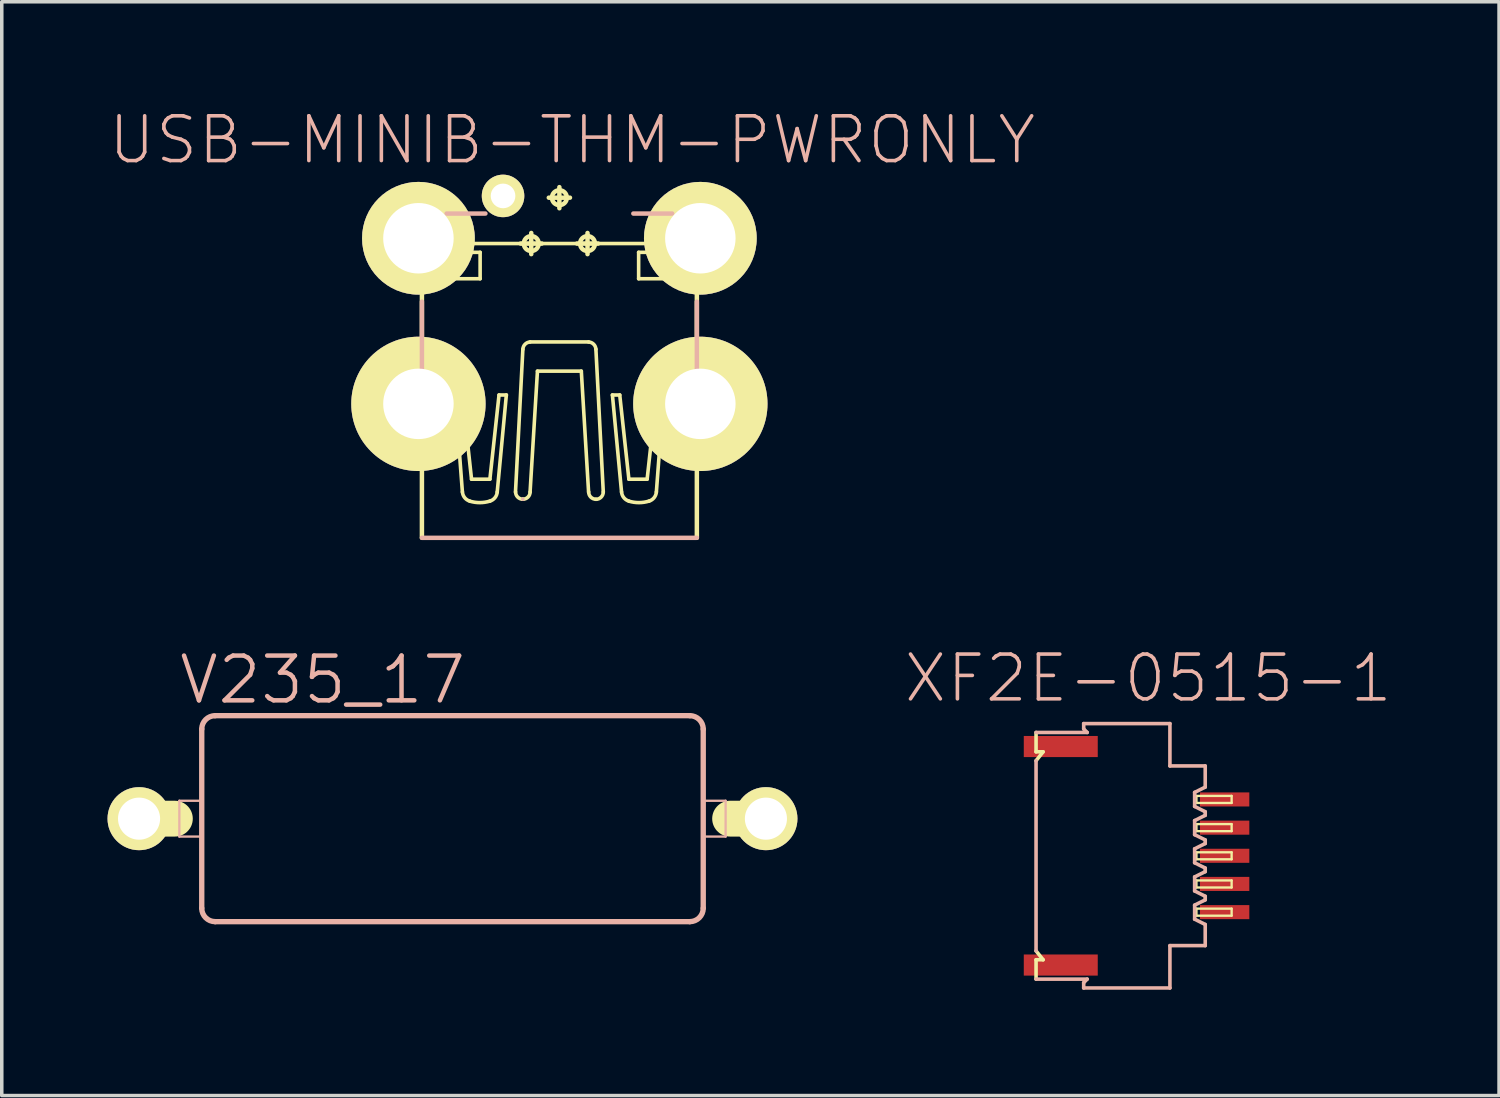
<source format=kicad_pcb>
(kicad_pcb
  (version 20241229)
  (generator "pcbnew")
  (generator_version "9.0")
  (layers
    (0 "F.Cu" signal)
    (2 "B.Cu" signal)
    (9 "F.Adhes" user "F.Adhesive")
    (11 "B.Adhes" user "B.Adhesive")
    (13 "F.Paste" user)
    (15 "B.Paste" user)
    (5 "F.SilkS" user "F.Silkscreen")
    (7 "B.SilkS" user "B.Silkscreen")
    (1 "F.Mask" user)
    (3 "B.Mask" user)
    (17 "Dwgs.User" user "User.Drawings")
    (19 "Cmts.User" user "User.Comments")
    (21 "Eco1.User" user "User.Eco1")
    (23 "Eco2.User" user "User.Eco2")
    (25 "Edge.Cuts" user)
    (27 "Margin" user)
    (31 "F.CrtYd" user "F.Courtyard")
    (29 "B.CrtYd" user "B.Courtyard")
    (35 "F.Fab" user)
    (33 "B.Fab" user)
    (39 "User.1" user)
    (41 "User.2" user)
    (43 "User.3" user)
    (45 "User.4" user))
  (footprint "XF2E-0515-1"
    (layer "F.Cu")
    (at 29.145 21.223)
    (property "Reference" "XF2E-0515-1" (at 0.373 -5.034 0) (layer "B.SilkS") (effects (font (size 1.27 1.27) (thickness 0.102))))
    (attr smd)
    (fp_line (start -2.809 -3.498) (end -2.809 -2.949) (stroke (width 0.102) (type solid)) (layer "F.SilkS"))
    (fp_line (start -2.809 -2.949) (end -2.609 -2.949) (stroke (width 0.102) (type solid)) (layer "F.SilkS"))
    (fp_line (start -2.809 2.697) (end -2.609 2.949) (stroke (width 0.102) (type solid)) (layer "F.SilkS"))
    (fp_line (start -2.809 2.949) (end -2.809 3.498) (stroke (width 0.102) (type solid)) (layer "F.SilkS"))
    (fp_line (start -2.809 2.949) (end -2.609 2.949) (stroke (width 0.102) (type solid)) (layer "F.SilkS"))
    (fp_line (start -2.609 -2.949) (end -2.809 -2.697) (stroke (width 0.102) (type solid)) (layer "F.SilkS"))
    (fp_line (start 1.74 -1.699) (end 2.738 -1.699) (stroke (width 0.066) (type solid)) (layer "F.SilkS"))
    (fp_line (start 1.74 -1.499) (end 1.74 -1.699) (stroke (width 0.066) (type solid)) (layer "F.SilkS"))
    (fp_line (start 1.74 -1.499) (end 2.738 -1.499) (stroke (width 0.066) (type solid)) (layer "F.SilkS"))
    (fp_line (start 1.74 -0.899) (end 2.738 -0.899) (stroke (width 0.066) (type solid)) (layer "F.SilkS"))
    (fp_line (start 1.74 -0.699) (end 1.74 -0.899) (stroke (width 0.066) (type solid)) (layer "F.SilkS"))
    (fp_line (start 1.74 -0.699) (end 2.738 -0.699) (stroke (width 0.066) (type solid)) (layer "F.SilkS"))
    (fp_line (start 1.74 -0.099) (end 2.738 -0.099) (stroke (width 0.066) (type solid)) (layer "F.SilkS"))
    (fp_line (start 1.74 0.099) (end 1.74 -0.099) (stroke (width 0.066) (type solid)) (layer "F.SilkS"))
    (fp_line (start 1.74 0.099) (end 2.738 0.099) (stroke (width 0.066) (type solid)) (layer "F.SilkS"))
    (fp_line (start 1.74 0.699) (end 2.738 0.699) (stroke (width 0.066) (type solid)) (layer "F.SilkS"))
    (fp_line (start 1.74 0.899) (end 1.74 0.699) (stroke (width 0.066) (type solid)) (layer "F.SilkS"))
    (fp_line (start 1.74 0.899) (end 2.738 0.899) (stroke (width 0.066) (type solid)) (layer "F.SilkS"))
    (fp_line (start 1.74 1.499) (end 2.738 1.499) (stroke (width 0.066) (type solid)) (layer "F.SilkS"))
    (fp_line (start 1.74 1.699) (end 1.74 1.499) (stroke (width 0.066) (type solid)) (layer "F.SilkS"))
    (fp_line (start 1.74 1.699) (end 2.738 1.699) (stroke (width 0.066) (type solid)) (layer "F.SilkS"))
    (fp_line (start 2.738 -1.499) (end 2.738 -1.699) (stroke (width 0.066) (type solid)) (layer "F.SilkS"))
    (fp_line (start 2.738 -0.699) (end 2.738 -0.899) (stroke (width 0.066) (type solid)) (layer "F.SilkS"))
    (fp_line (start 2.738 0.099) (end 2.738 -0.099) (stroke (width 0.066) (type solid)) (layer "F.SilkS"))
    (fp_line (start 2.738 0.899) (end 2.738 0.699) (stroke (width 0.066) (type solid)) (layer "F.SilkS"))
    (fp_line (start 2.738 1.699) (end 2.738 1.499) (stroke (width 0.066) (type solid)) (layer "F.SilkS"))
    (fp_line (start -2.809 -2.697) (end -2.809 2.697) (stroke (width 0.102) (type solid)) (layer "B.SilkS"))
    (fp_line (start -1.458 -3.749) (end -1.458 -3.599) (stroke (width 0.102) (type solid)) (layer "B.SilkS"))
    (fp_line (start -1.458 -3.599) (end -1.359 -3.498) (stroke (width 0.102) (type solid)) (layer "B.SilkS"))
    (fp_line (start -1.458 3.599) (end -1.458 3.749) (stroke (width 0.102) (type solid)) (layer "B.SilkS"))
    (fp_line (start -1.359 -3.498) (end -2.809 -3.498) (stroke (width 0.102) (type solid)) (layer "B.SilkS"))
    (fp_line (start -1.359 3.498) (end -2.809 3.498) (stroke (width 0.102) (type solid)) (layer "B.SilkS"))
    (fp_line (start -1.359 3.498) (end -1.458 3.599) (stroke (width 0.102) (type solid)) (layer "B.SilkS"))
    (fp_line (start 0.988 -3.749) (end -1.458 -3.749) (stroke (width 0.102) (type solid)) (layer "B.SilkS"))
    (fp_line (start 0.988 -2.548) (end 0.988 -3.749) (stroke (width 0.102) (type solid)) (layer "B.SilkS"))
    (fp_line (start 0.988 2.548) (end 1.989 2.548) (stroke (width 0.102) (type solid)) (layer "B.SilkS"))
    (fp_line (start 0.988 3.749) (end -1.458 3.749) (stroke (width 0.102) (type solid)) (layer "B.SilkS"))
    (fp_line (start 0.988 3.749) (end 0.988 2.548) (stroke (width 0.102) (type solid)) (layer "B.SilkS"))
    (fp_line (start 1.689 -1.798) (end 1.989 -1.948) (stroke (width 0.102) (type solid)) (layer "B.SilkS"))
    (fp_line (start 1.689 -1.4) (end 1.689 -1.798) (stroke (width 0.102) (type solid)) (layer "B.SilkS"))
    (fp_line (start 1.689 -0.998) (end 1.689 -0.599) (stroke (width 0.102) (type solid)) (layer "B.SilkS"))
    (fp_line (start 1.689 -0.599) (end 1.989 -0.45) (stroke (width 0.102) (type solid)) (layer "B.SilkS"))
    (fp_line (start 1.689 0.198) (end 1.689 -0.198) (stroke (width 0.102) (type solid)) (layer "B.SilkS"))
    (fp_line (start 1.689 0.599) (end 1.689 0.998) (stroke (width 0.102) (type solid)) (layer "B.SilkS"))
    (fp_line (start 1.689 0.998) (end 1.989 1.148) (stroke (width 0.102) (type solid)) (layer "B.SilkS"))
    (fp_line (start 1.689 1.798) (end 1.689 1.4) (stroke (width 0.102) (type solid)) (layer "B.SilkS"))
    (fp_line (start 1.689 1.798) (end 1.989 1.948) (stroke (width 0.102) (type solid)) (layer "B.SilkS"))
    (fp_line (start 1.989 -2.548) (end 0.988 -2.548) (stroke (width 0.102) (type solid)) (layer "B.SilkS"))
    (fp_line (start 1.989 -1.948) (end 1.989 -2.548) (stroke (width 0.102) (type solid)) (layer "B.SilkS"))
    (fp_line (start 1.989 -1.25) (end 1.689 -1.4) (stroke (width 0.102) (type solid)) (layer "B.SilkS"))
    (fp_line (start 1.989 -1.25) (end 1.989 -1.148) (stroke (width 0.102) (type solid)) (layer "B.SilkS"))
    (fp_line (start 1.989 -1.148) (end 1.689 -0.998) (stroke (width 0.102) (type solid)) (layer "B.SilkS"))
    (fp_line (start 1.989 -0.45) (end 1.989 -0.348) (stroke (width 0.102) (type solid)) (layer "B.SilkS"))
    (fp_line (start 1.989 -0.348) (end 1.689 -0.198) (stroke (width 0.102) (type solid)) (layer "B.SilkS"))
    (fp_line (start 1.989 0.348) (end 1.689 0.198) (stroke (width 0.102) (type solid)) (layer "B.SilkS"))
    (fp_line (start 1.989 0.348) (end 1.989 0.45) (stroke (width 0.102) (type solid)) (layer "B.SilkS"))
    (fp_line (start 1.989 0.45) (end 1.689 0.599) (stroke (width 0.102) (type solid)) (layer "B.SilkS"))
    (fp_line (start 1.989 1.148) (end 1.989 1.25) (stroke (width 0.102) (type solid)) (layer "B.SilkS"))
    (fp_line (start 1.989 1.25) (end 1.689 1.4) (stroke (width 0.102) (type solid)) (layer "B.SilkS"))
    (fp_line (start 1.989 2.548) (end 1.989 1.948) (stroke (width 0.102) (type solid)) (layer "B.SilkS"))
    (pad "1" smd rect (at 2.54 -1.598) (size 1.4 0.399) (layers "F.Cu" "F.Mask" "F.Paste"))
    (pad "2" smd rect (at 2.54 -0.798) (size 1.4 0.399) (layers "F.Cu" "F.Mask" "F.Paste"))
    (pad "3" smd rect (at 2.54 0) (size 1.4 0.399) (layers "F.Cu" "F.Mask" "F.Paste"))
    (pad "4" smd rect (at 2.54 0.798) (size 1.4 0.399) (layers "F.Cu" "F.Mask" "F.Paste"))
    (pad "5" smd rect (at 2.54 1.598) (size 1.4 0.399) (layers "F.Cu" "F.Mask" "F.Paste"))
    (pad "M1" smd rect (at -2.108 -3.099) (size 2.098 0.599) (layers "F.Cu" "F.Mask" "F.Paste"))
    (pad "M2" smd rect (at -2.108 3.099) (size 2.098 0.599) (layers "F.Cu" "F.Mask" "F.Paste")))
  (footprint "V235_17"
    (layer "F.Cu")
    (at 9.784 20.17)
    (property "Reference" "V235_17" (at -3.683 -3.937 0) (layer "B.SilkS") (effects (font (size 1.27 1.27) (thickness 0.127))))
    (attr exclude_from_pos_files exclude_from_bom)
    (fp_line (start -7.874 0) (end -8.89 0) (stroke (width 1.016) (type solid)) (layer "F.SilkS"))
    (fp_line (start 8.89 0) (end 7.874 0) (stroke (width 1.016) (type solid)) (layer "F.SilkS"))
    (fp_line (start -7.747 -0.508) (end -7.112 -0.508) (stroke (width 0.066) (type solid)) (layer "B.SilkS"))
    (fp_line (start -7.747 0.508) (end -7.747 -0.508) (stroke (width 0.066) (type solid)) (layer "B.SilkS"))
    (fp_line (start -7.747 0.508) (end -7.112 0.508) (stroke (width 0.066) (type solid)) (layer "B.SilkS"))
    (fp_line (start -7.112 -2.54) (end -7.112 2.54) (stroke (width 0.152) (type solid)) (layer "B.SilkS"))
    (fp_line (start -7.112 0.508) (end -7.112 -0.508) (stroke (width 0.066) (type solid)) (layer "B.SilkS"))
    (fp_line (start -6.731 -2.921) (end 6.731 -2.921) (stroke (width 0.152) (type solid)) (layer "B.SilkS"))
    (fp_line (start 6.731 2.921) (end -6.731 2.921) (stroke (width 0.152) (type solid)) (layer "B.SilkS"))
    (fp_line (start 7.112 -2.54) (end 7.112 2.54) (stroke (width 0.152) (type solid)) (layer "B.SilkS"))
    (fp_line (start 7.112 -0.508) (end 7.747 -0.508) (stroke (width 0.066) (type solid)) (layer "B.SilkS"))
    (fp_line (start 7.112 0.508) (end 7.112 -0.508) (stroke (width 0.066) (type solid)) (layer "B.SilkS"))
    (fp_line (start 7.112 0.508) (end 7.747 0.508) (stroke (width 0.066) (type solid)) (layer "B.SilkS"))
    (fp_line (start 7.747 0.508) (end 7.747 -0.508) (stroke (width 0.066) (type solid)) (layer "B.SilkS"))
    (fp_arc (start -7.112 -2.54) (mid -7.000408 -2.809408) (end -6.731 -2.921) (stroke (width 0.1524) (type solid)) (layer "B.SilkS"))
    (fp_arc (start -6.731 2.921) (mid -7.000408 2.809408) (end -7.112 2.54) (stroke (width 0.1524) (type solid)) (layer "B.SilkS"))
    (fp_arc (start 6.731 -2.921) (mid 7.000408 -2.809408) (end 7.112 -2.54) (stroke (width 0.1524) (type solid)) (layer "B.SilkS"))
    (fp_arc (start 7.112 2.54) (mid 7.000408 2.809408) (end 6.731 2.921) (stroke (width 0.1524) (type solid)) (layer "B.SilkS"))
    (pad "1" thru_hole circle (at -8.89 0) (size 1.788 1.788) (drill 1.194) (layers "*.Cu" "F.Mask" "F.SilkS" "F.Paste"))
    (pad "2" thru_hole circle (at 8.89 0) (size 1.788 1.788) (drill 1.194) (layers "*.Cu" "F.Mask" "F.SilkS" "F.Paste")))
  (footprint "USB-MINIB-THM-PWRONLY"
    (layer "F.Cu")
    (at 12.816 7.226)
    (property "Reference" "USB-MINIB-THM-PWRONLY" (at 0.363 -6.304 0) (layer "B.SilkS") (effects (font (size 1.27 1.27) (thickness 0.102))))
    (attr exclude_from_pos_files exclude_from_bom)
    (fp_line (start -5.08 -3.838) (end -5.08 -3.439) (stroke (width 0.102) (type solid)) (layer "F.SilkS"))
    (fp_line (start -5.08 -2.489) (end -5.08 -2.84) (stroke (width 0.102) (type solid)) (layer "F.SilkS"))
    (fp_line (start -5.08 0.498) (end -5.08 0.899) (stroke (width 0.102) (type solid)) (layer "F.SilkS"))
    (fp_line (start -5.08 1.849) (end -5.08 1.499) (stroke (width 0.102) (type solid)) (layer "F.SilkS"))
    (fp_line (start -5.06 -3.858) (end -3.909 -3.858) (stroke (width 0.102) (type solid)) (layer "F.SilkS"))
    (fp_line (start -5.06 0.48) (end -3.909 0.48) (stroke (width 0.102) (type solid)) (layer "F.SilkS"))
    (fp_line (start -3.909 -2.479) (end -5.06 -2.479) (stroke (width 0.102) (type solid)) (layer "F.SilkS"))
    (fp_line (start -3.909 1.859) (end -5.06 1.859) (stroke (width 0.102) (type solid)) (layer "F.SilkS"))
    (fp_line (start -3.899 -4.219) (end -3.899 -3.868) (stroke (width 0.127) (type solid)) (layer "F.SilkS"))
    (fp_line (start -3.899 0.47) (end -3.899 -2.428) (stroke (width 0.127) (type solid)) (layer "F.SilkS"))
    (fp_line (start -3.899 4.978) (end -3.899 1.88) (stroke (width 0.127) (type solid)) (layer "F.SilkS"))
    (fp_line (start -3 -3.119) (end -2.248 -3.119) (stroke (width 0.102) (type solid)) (layer "F.SilkS"))
    (fp_line (start -3 -2.37) (end -3 -3.119) (stroke (width 0.102) (type solid)) (layer "F.SilkS"))
    (fp_line (start -2.959 0.927) (end -2.751 3.678) (stroke (width 0.102) (type solid)) (layer "F.SilkS"))
    (fp_line (start -2.751 0.927) (end -2.959 0.927) (stroke (width 0.102) (type solid)) (layer "F.SilkS"))
    (fp_line (start -2.748 -4.12) (end -2.748 -3.368) (stroke (width 0.102) (type solid)) (layer "F.SilkS"))
    (fp_line (start -2.748 -3.368) (end 2.748 -3.368) (stroke (width 0.102) (type solid)) (layer "F.SilkS"))
    (fp_line (start -2.492 3.315) (end -2.751 0.927) (stroke (width 0.102) (type solid)) (layer "F.SilkS"))
    (fp_line (start -2.248 -3.119) (end -2.248 -2.37) (stroke (width 0.102) (type solid)) (layer "F.SilkS"))
    (fp_line (start -2.248 -2.37) (end -3 -2.37) (stroke (width 0.102) (type solid)) (layer "F.SilkS"))
    (fp_line (start -1.971 3.315) (end -2.492 3.315) (stroke (width 0.102) (type solid)) (layer "F.SilkS"))
    (fp_line (start -1.763 3.678) (end -1.504 0.927) (stroke (width 0.102) (type solid)) (layer "F.SilkS"))
    (fp_line (start -1.712 0.927) (end -1.971 3.315) (stroke (width 0.102) (type solid)) (layer "F.SilkS"))
    (fp_line (start -1.504 0.927) (end -1.712 0.927) (stroke (width 0.102) (type solid)) (layer "F.SilkS"))
    (fp_line (start -1.245 3.678) (end -1.036 -0.368) (stroke (width 0.102) (type solid)) (layer "F.SilkS"))
    (fp_line (start -1.1 -3.368) (end -0.498 -3.368) (stroke (width 0.127) (type solid)) (layer "F.SilkS"))
    (fp_line (start -0.831 3.678) (end -0.622 0.251) (stroke (width 0.102) (type solid)) (layer "F.SilkS"))
    (fp_line (start -0.798 -3.068) (end -0.798 -3.668) (stroke (width 0.127) (type solid)) (layer "F.SilkS"))
    (fp_line (start -0.3 -4.669) (end 0.3 -4.669) (stroke (width 0.127) (type solid)) (layer "F.SilkS"))
    (fp_line (start 0 -4.369) (end 0 -4.968) (stroke (width 0.127) (type solid)) (layer "F.SilkS"))
    (fp_line (start 0.498 -3.368) (end 1.1 -3.368) (stroke (width 0.127) (type solid)) (layer "F.SilkS"))
    (fp_line (start 0.622 0.251) (end -0.622 0.251) (stroke (width 0.102) (type solid)) (layer "F.SilkS"))
    (fp_line (start 0.798 -3.068) (end 0.798 -3.668) (stroke (width 0.127) (type solid)) (layer "F.SilkS"))
    (fp_line (start 0.828 -0.577) (end -0.831 -0.577) (stroke (width 0.102) (type solid)) (layer "F.SilkS"))
    (fp_line (start 0.828 3.678) (end 0.622 0.251) (stroke (width 0.102) (type solid)) (layer "F.SilkS"))
    (fp_line (start 1.245 3.678) (end 1.036 -0.368) (stroke (width 0.102) (type solid)) (layer "F.SilkS"))
    (fp_line (start 1.504 0.927) (end 1.712 0.927) (stroke (width 0.102) (type solid)) (layer "F.SilkS"))
    (fp_line (start 1.712 0.927) (end 1.971 3.315) (stroke (width 0.102) (type solid)) (layer "F.SilkS"))
    (fp_line (start 1.763 3.678) (end 1.504 0.927) (stroke (width 0.102) (type solid)) (layer "F.SilkS"))
    (fp_line (start 1.971 3.315) (end 2.489 3.315) (stroke (width 0.102) (type solid)) (layer "F.SilkS"))
    (fp_line (start 2.248 -3.119) (end 2.248 -2.37) (stroke (width 0.102) (type solid)) (layer "F.SilkS"))
    (fp_line (start 2.248 -2.37) (end 3 -2.37) (stroke (width 0.102) (type solid)) (layer "F.SilkS"))
    (fp_line (start 2.489 3.315) (end 2.751 0.927) (stroke (width 0.102) (type solid)) (layer "F.SilkS"))
    (fp_line (start 2.748 -3.368) (end 2.748 -4.12) (stroke (width 0.102) (type solid)) (layer "F.SilkS"))
    (fp_line (start 2.751 0.927) (end 2.957 0.927) (stroke (width 0.102) (type solid)) (layer "F.SilkS"))
    (fp_line (start 2.957 0.927) (end 2.751 3.678) (stroke (width 0.102) (type solid)) (layer "F.SilkS"))
    (fp_line (start 3 -3.119) (end 2.248 -3.119) (stroke (width 0.102) (type solid)) (layer "F.SilkS"))
    (fp_line (start 3 -2.37) (end 3 -3.119) (stroke (width 0.102) (type solid)) (layer "F.SilkS"))
    (fp_line (start 3.879 -3.879) (end 5.029 -3.879) (stroke (width 0.102) (type solid)) (layer "F.SilkS"))
    (fp_line (start 3.879 0.46) (end 5.029 0.46) (stroke (width 0.102) (type solid)) (layer "F.SilkS"))
    (fp_line (start 3.899 -4.219) (end 3.899 -3.919) (stroke (width 0.127) (type solid)) (layer "F.SilkS"))
    (fp_line (start 3.899 0.419) (end 3.899 -2.479) (stroke (width 0.127) (type solid)) (layer "F.SilkS"))
    (fp_line (start 3.899 4.978) (end 3.899 1.88) (stroke (width 0.127) (type solid)) (layer "F.SilkS"))
    (fp_line (start 5.029 -2.499) (end 3.879 -2.499) (stroke (width 0.102) (type solid)) (layer "F.SilkS"))
    (fp_line (start 5.029 1.839) (end 3.879 1.839) (stroke (width 0.102) (type solid)) (layer "F.SilkS"))
    (fp_line (start 5.05 -3.868) (end 5.05 -3.518) (stroke (width 0.102) (type solid)) (layer "F.SilkS"))
    (fp_line (start 5.05 -2.52) (end 5.05 -2.918) (stroke (width 0.102) (type solid)) (layer "F.SilkS"))
    (fp_line (start 5.05 0.47) (end 5.05 0.818) (stroke (width 0.102) (type solid)) (layer "F.SilkS"))
    (fp_line (start 5.05 1.819) (end 5.05 1.42) (stroke (width 0.102) (type solid)) (layer "F.SilkS"))
    (fp_arc (start -5.08 -3.43916) (mid -4.78028 -3.13944) (end -5.08 -2.83972) (stroke (width 0.1016) (type solid)) (layer "F.SilkS"))
    (fp_arc (start -5.08 0.89916) (mid -4.78028 1.19888) (end -5.08 1.4986) (stroke (width 0.1016) (type solid)) (layer "F.SilkS"))
    (fp_arc (start -2.54254 3.937) (mid -2.686403 3.839304) (end -2.750193 3.677527) (stroke (width 0.1016) (type solid)) (layer "F.SilkS"))
    (fp_arc (start -1.97104 3.937) (mid -2.256124 3.980185) (end -2.541378 3.938132) (stroke (width 0.1016) (type solid)) (layer "F.SilkS"))
    (fp_arc (start -1.76276 3.67792) (mid -1.826881 3.839982) (end -1.971177 3.937727) (stroke (width 0.1016) (type solid)) (layer "F.SilkS"))
    (fp_arc (start -1.03632 -0.3683) (mid -0.973816 -0.511447) (end -0.831752 -0.576376) (stroke (width 0.1016) (type solid)) (layer "F.SilkS"))
    (fp_arc (start -1.03632 3.88366) (mid -1.1818 3.8234) (end -1.24206 3.67792) (stroke (width 0.1016) (type solid)) (layer "F.SilkS"))
    (fp_arc (start -0.83058 3.67792) (mid -0.89084 3.8234) (end -1.03632 3.88366) (stroke (width 0.1016) (type solid)) (layer "F.SilkS"))
    (fp_arc (start 0.82804 -0.57658) (mid 0.971187 -0.514076) (end 1.036116 -0.372012) (stroke (width 0.1016) (type solid)) (layer "F.SilkS"))
    (fp_arc (start 1.03632 3.88366) (mid 0.89084 3.8234) (end 0.83058 3.67792) (stroke (width 0.1016) (type solid)) (layer "F.SilkS"))
    (fp_arc (start 1.2446 3.67792) (mid 1.183596 3.825196) (end 1.03632 3.8862) (stroke (width 0.1016) (type solid)) (layer "F.SilkS"))
    (fp_arc (start 1.97104 3.937) (mid 1.827177 3.839304) (end 1.763387 3.677527) (stroke (width 0.1016) (type solid)) (layer "F.SilkS"))
    (fp_arc (start 2.54254 3.937) (mid 2.257456 3.980185) (end 1.972202 3.938132) (stroke (width 0.1016) (type solid)) (layer "F.SilkS"))
    (fp_arc (start 2.75082 3.67792) (mid 2.686699 3.839982) (end 2.542403 3.937727) (stroke (width 0.1016) (type solid)) (layer "F.SilkS"))
    (fp_arc (start 5.04952 -2.91846) (mid 4.7498 -3.21818) (end 5.04952 -3.5179) (stroke (width 0.1016) (type solid)) (layer "F.SilkS"))
    (fp_arc (start 5.04952 1.41986) (mid 4.74726 1.1176) (end 5.04952 0.81534) (stroke (width 0.1016) (type solid)) (layer "F.SilkS"))
    (fp_circle (center -0.798 -3.368) (end -0.947 -3.518) (stroke (width 0.127) (type solid)) (fill no) (layer "F.SilkS"))
    (fp_circle (center 0 -4.669) (end -0.15 -4.818) (stroke (width 0.127) (type solid)) (fill no) (layer "F.SilkS"))
    (fp_circle (center 0.798 -3.368) (end 0.947 -3.518) (stroke (width 0.127) (type solid)) (fill no) (layer "F.SilkS"))
    (fp_line (start -3.899 0.978) (end -3.899 -1.72) (stroke (width 0.127) (type solid)) (layer "B.SilkS"))
    (fp_line (start -3.899 4.978) (end 3.899 4.978) (stroke (width 0.127) (type solid)) (layer "B.SilkS"))
    (fp_line (start -3.198 -4.219) (end -2.098 -4.219) (stroke (width 0.127) (type solid)) (layer "B.SilkS"))
    (fp_line (start -1.036 3.884) (end -1.036 3.884) (stroke (width 0.102) (type solid)) (layer "B.SilkS"))
    (fp_line (start 2.098 -4.219) (end 3.198 -4.219) (stroke (width 0.127) (type solid)) (layer "B.SilkS"))
    (fp_line (start 3.899 -1.72) (end 3.899 0.378) (stroke (width 0.127) (type solid)) (layer "B.SilkS"))
    (pad "GND" thru_hole rect (at 1.598 -4.719) (size 0.001 0.001) (drill 0.699) (layers "*.Cu" "F.Mask" "F.SilkS" "F.Paste"))
    (pad "GND1" thru_hole circle (at -3.998 1.179) (size 3.81 3.81) (drill 1.999) (layers "*.Cu" "F.Mask" "F.SilkS" "F.Paste"))
    (pad "GND2" thru_hole circle (at -3.998 -3.518) (size 3.198 3.198) (drill 1.999) (layers "*.Cu" "F.Mask" "F.SilkS" "F.Paste"))
    (pad "GND3" thru_hole circle (at 3.998 -3.518) (size 3.198 3.198) (drill 1.999) (layers "*.Cu" "F.Mask" "F.SilkS" "F.Paste"))
    (pad "GND4" thru_hole circle (at 3.998 1.179) (size 3.81 3.81) (drill 1.999) (layers "*.Cu" "F.Mask" "F.SilkS" "F.Paste"))
    (pad "VBUS" thru_hole circle (at -1.598 -4.719) (size 1.206 1.206) (drill 0.699) (layers "*.Cu" "F.Mask" "F.SilkS" "F.Paste")))
  (gr_rect
    (start -3 -3)
    (end 39.468 28.023)
    (stroke (width 0.1) (type default))
    (fill no)
    (layer "Edge.Cuts")))
</source>
